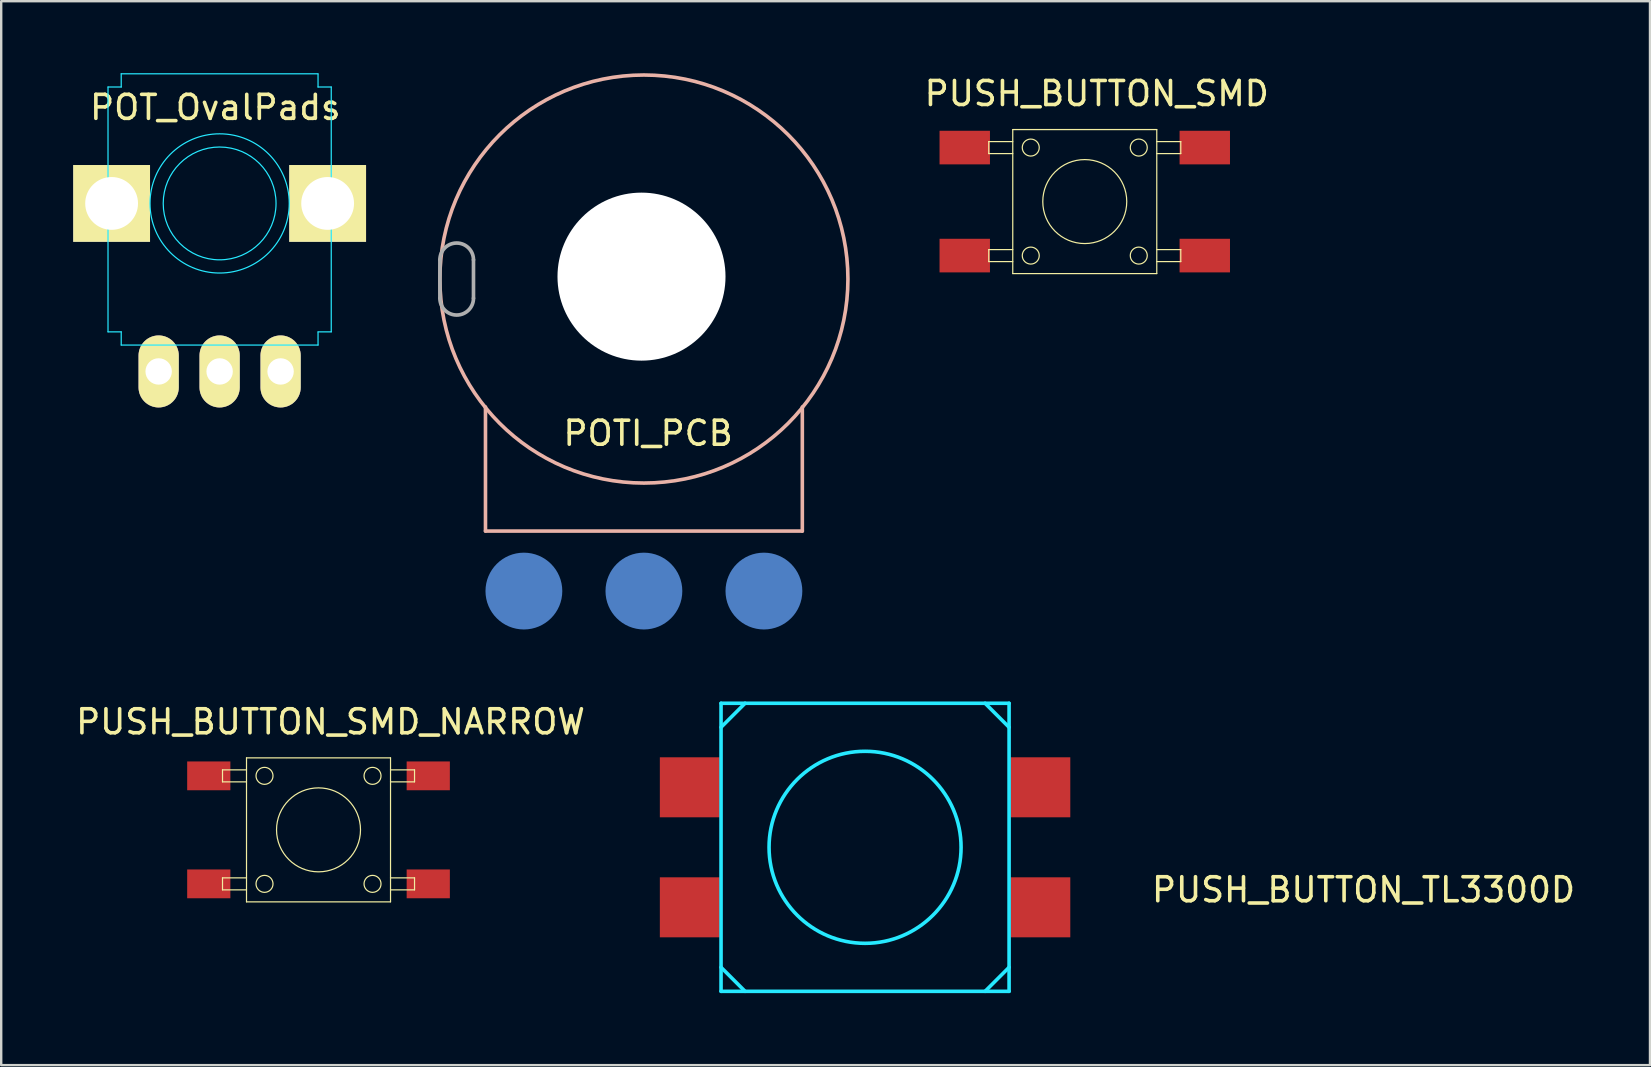
<source format=kicad_pcb>
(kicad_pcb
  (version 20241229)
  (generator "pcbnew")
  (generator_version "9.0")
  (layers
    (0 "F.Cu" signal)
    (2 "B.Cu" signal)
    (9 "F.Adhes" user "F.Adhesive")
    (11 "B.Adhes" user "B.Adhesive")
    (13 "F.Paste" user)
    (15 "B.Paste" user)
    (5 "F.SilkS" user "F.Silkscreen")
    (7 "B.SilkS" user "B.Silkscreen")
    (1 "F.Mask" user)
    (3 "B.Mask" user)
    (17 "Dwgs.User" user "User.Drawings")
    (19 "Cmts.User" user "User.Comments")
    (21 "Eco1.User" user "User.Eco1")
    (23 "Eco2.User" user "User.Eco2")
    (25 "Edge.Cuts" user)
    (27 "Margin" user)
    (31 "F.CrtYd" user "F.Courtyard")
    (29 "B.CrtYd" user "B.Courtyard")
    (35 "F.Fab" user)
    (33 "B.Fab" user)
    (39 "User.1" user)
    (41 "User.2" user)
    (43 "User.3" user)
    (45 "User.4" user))
  (footprint "POTI_PCB"
    (layer "F.Cu")
    (at 23.776 8.575)
    (property "Reference" "POTI_PCB" (at 0.176 6.426 0) (layer "F.SilkS") (effects (font (size 1 1) (thickness 0.15))))
    (attr through_hole)
    (fp_line (start -6.6 5.33) (end -6.6 10.5) (stroke (width 0.15) (type solid)) (layer "B.SilkS"))
    (fp_line (start -6.6 10.5) (end 6.6 10.5) (stroke (width 0.15) (type solid)) (layer "B.SilkS"))
    (fp_line (start 6.6 10.5) (end 6.6 5.33) (stroke (width 0.15) (type solid)) (layer "B.SilkS"))
    (fp_circle (center 0 0) (end 8.5 0) (stroke (width 0.15) (type solid)) (fill no) (layer "B.SilkS"))
    (fp_line (start -8.5 -0.8) (end -8.5 0.8) (stroke (width 0.152) (type solid)) (layer "F.Fab"))
    (fp_line (start -7.1 -0.8) (end -7.1 0.8) (stroke (width 0.152) (type solid)) (layer "F.Fab"))
    (fp_arc (start -8.5 -0.8) (mid -7.8 -1.5) (end -7.1 -0.8) (stroke (width 0.1524) (type solid)) (layer "F.Fab"))
    (fp_arc (start -7.1 0.8) (mid -7.8 1.5) (end -8.5 0.8) (stroke (width 0.1524) (type solid)) (layer "F.Fab"))
    (pad "" np_thru_hole circle (at -0.1 -0.1) (size 7 7) (drill 7) (layers "*.Cu" "*.Mask"))
    (pad "1" smd circle (at -5 13) (size 3.2 3.2) (layers "B.Cu" "B.Mask" "B.Paste"))
    (pad "2" smd circle (at 0 13) (size 3.2 3.2) (layers "B.Cu" "B.Mask" "B.Paste"))
    (pad "3" smd circle (at 5 13) (size 3.2 3.2) (layers "B.Cu" "B.Mask" "B.Paste")))
  (footprint "POT_OvalPads"
    (layer "F.Cu")
    (at 6.1 5.425)
    (property "Reference" "POT_OvalPads" (at -0.18 -4 0) (layer "F.SilkS") (effects (font (size 1 1) (thickness 0.15))))
    (attr through_hole)
    (fp_line (start -4.65 -4.85) (end -4.65 5.35) (stroke (width 0.05) (type solid)) (layer "B.CrtYd"))
    (fp_line (start -4.65 -4.85) (end -4.1 -4.85) (stroke (width 0.05) (type solid)) (layer "B.CrtYd"))
    (fp_line (start -4.1 -4.85) (end -4.1 -5.4) (stroke (width 0.05) (type solid)) (layer "B.CrtYd"))
    (fp_line (start -4.1 5.35) (end -4.65 5.35) (stroke (width 0.05) (type solid)) (layer "B.CrtYd"))
    (fp_line (start -4.1 5.9) (end -4.1 5.35) (stroke (width 0.05) (type solid)) (layer "B.CrtYd"))
    (fp_line (start -4.1 5.9) (end 4.1 5.9) (stroke (width 0.05) (type solid)) (layer "B.CrtYd"))
    (fp_line (start 4.1 -5.4) (end -4.1 -5.4) (stroke (width 0.05) (type solid)) (layer "B.CrtYd"))
    (fp_line (start 4.1 -5.39) (end 4.1 -4.85) (stroke (width 0.05) (type solid)) (layer "B.CrtYd"))
    (fp_line (start 4.1 -4.85) (end 4.65 -4.85) (stroke (width 0.05) (type solid)) (layer "B.CrtYd"))
    (fp_line (start 4.1 5.35) (end 4.65 5.35) (stroke (width 0.05) (type solid)) (layer "B.CrtYd"))
    (fp_line (start 4.1 5.9) (end 4.1 5.36) (stroke (width 0.05) (type solid)) (layer "B.CrtYd"))
    (fp_line (start 4.65 -4.85) (end 4.65 5.35) (stroke (width 0.05) (type solid)) (layer "B.CrtYd"))
    (fp_circle (center 0 0) (end 2.35 0) (stroke (width 0.05) (type solid)) (fill no) (layer "B.CrtYd"))
    (fp_circle (center 0 0) (end 2.9 0) (stroke (width 0.05) (type solid)) (fill no) (layer "B.CrtYd"))
    (pad "0" thru_hole rect (at -4.5 0) (size 3.2 3.2) (drill 2.2) (layers "*.Cu" "*.Mask" "F.SilkS"))
    (pad "0" thru_hole rect (at 4.5 0) (size 3.2 3.2) (drill 2.2) (layers "*.Cu" "*.Mask" "F.SilkS"))
    (pad "1" thru_hole oval (at -2.54 7) (size 1.676 3) (drill 1.1) (layers "*.Cu" "*.Mask" "F.SilkS"))
    (pad "2" thru_hole oval (at 0 7) (size 1.676 3) (drill 1.1) (layers "*.Cu" "*.Mask" "F.SilkS"))
    (pad "3" thru_hole oval (at 2.54 7) (size 1.676 3) (drill 1.1) (layers "*.Cu" "*.Mask" "F.SilkS")))
  (footprint "PUSH_BUTTON_SMD_NARROW"
    (layer "F.Cu")
    (at 10.22 31.523)
    (property "Reference" "PUSH_BUTTON_SMD_NARROW" (at 0.5 -4.5 0) (layer "F.SilkS") (effects (font (size 1 1) (thickness 0.15))))
    (attr through_hole)
    (fp_line (start -4 -2.5) (end -4 -2) (stroke (width 0.05) (type solid)) (layer "F.SilkS"))
    (fp_line (start -4 -2) (end -3 -2) (stroke (width 0.05) (type solid)) (layer "F.SilkS"))
    (fp_line (start -4 2) (end -4 2.5) (stroke (width 0.05) (type solid)) (layer "F.SilkS"))
    (fp_line (start -4 2.5) (end -3 2.5) (stroke (width 0.05) (type solid)) (layer "F.SilkS"))
    (fp_line (start -3 -3) (end 3 -3) (stroke (width 0.05) (type solid)) (layer "F.SilkS"))
    (fp_line (start -3 -2.5) (end -4 -2.5) (stroke (width 0.05) (type solid)) (layer "F.SilkS"))
    (fp_line (start -3 2) (end -4 2) (stroke (width 0.05) (type solid)) (layer "F.SilkS"))
    (fp_line (start -3 3) (end -3 -3) (stroke (width 0.05) (type solid)) (layer "F.SilkS"))
    (fp_line (start 3 -3) (end 3 3) (stroke (width 0.05) (type solid)) (layer "F.SilkS"))
    (fp_line (start 3 -2.5) (end 4 -2.5) (stroke (width 0.05) (type solid)) (layer "F.SilkS"))
    (fp_line (start 3 -2) (end 4 -2) (stroke (width 0.05) (type solid)) (layer "F.SilkS"))
    (fp_line (start 3 2.5) (end 4 2.5) (stroke (width 0.05) (type solid)) (layer "F.SilkS"))
    (fp_line (start 3 3) (end -3 3) (stroke (width 0.05) (type solid)) (layer "F.SilkS"))
    (fp_line (start 4 -2.5) (end 4 -2) (stroke (width 0.05) (type solid)) (layer "F.SilkS"))
    (fp_line (start 4 2) (end 3 2) (stroke (width 0.05) (type solid)) (layer "F.SilkS"))
    (fp_line (start 4 2.5) (end 4 2) (stroke (width 0.05) (type solid)) (layer "F.SilkS"))
    (fp_circle (center -2.25 -2.25) (end -2 -2) (stroke (width 0.05) (type solid)) (fill no) (layer "F.SilkS"))
    (fp_circle (center -2.25 2.25) (end -2 2) (stroke (width 0.05) (type solid)) (fill no) (layer "F.SilkS"))
    (fp_circle (center 0 0) (end 1.749 0) (stroke (width 0.05) (type solid)) (fill no) (layer "F.SilkS"))
    (fp_circle (center 2.25 -2.25) (end 2.5 -2) (stroke (width 0.05) (type solid)) (fill no) (layer "F.SilkS"))
    (fp_circle (center 2.25 2.25) (end 2.5 2) (stroke (width 0.05) (type solid)) (fill no) (layer "F.SilkS"))
    (pad "1" smd rect (at -4.572 -2.25) (size 1.8 1.2) (layers "F.Cu" "F.Mask" "F.Paste"))
    (pad "2" smd rect (at -4.572 2.25) (size 1.8 1.2) (layers "F.Cu" "F.Mask" "F.Paste"))
    (pad "3" smd rect (at 4.572 -2.25) (size 1.8 1.2) (layers "F.Cu" "F.Mask" "F.Paste"))
    (pad "4" smd rect (at 4.572 2.25) (size 1.8 1.2) (layers "F.Cu" "F.Mask" "F.Paste")))
  (footprint "PUSH_BUTTON_SMD"
    (layer "F.Cu")
    (at 42.143 5.348)
    (property "Reference" "PUSH_BUTTON_SMD" (at 0.5 -4.5 0) (layer "F.SilkS") (effects (font (size 1 1) (thickness 0.15))))
    (attr through_hole)
    (fp_line (start -4 -2.5) (end -4 -2) (stroke (width 0.05) (type solid)) (layer "F.SilkS"))
    (fp_line (start -4 -2) (end -3 -2) (stroke (width 0.05) (type solid)) (layer "F.SilkS"))
    (fp_line (start -4 2) (end -4 2.5) (stroke (width 0.05) (type solid)) (layer "F.SilkS"))
    (fp_line (start -4 2.5) (end -3 2.5) (stroke (width 0.05) (type solid)) (layer "F.SilkS"))
    (fp_line (start -3 -3) (end 3 -3) (stroke (width 0.05) (type solid)) (layer "F.SilkS"))
    (fp_line (start -3 -2.5) (end -4 -2.5) (stroke (width 0.05) (type solid)) (layer "F.SilkS"))
    (fp_line (start -3 2) (end -4 2) (stroke (width 0.05) (type solid)) (layer "F.SilkS"))
    (fp_line (start -3 3) (end -3 -3) (stroke (width 0.05) (type solid)) (layer "F.SilkS"))
    (fp_line (start 3 -3) (end 3 3) (stroke (width 0.05) (type solid)) (layer "F.SilkS"))
    (fp_line (start 3 -2.5) (end 4 -2.5) (stroke (width 0.05) (type solid)) (layer "F.SilkS"))
    (fp_line (start 3 -2) (end 4 -2) (stroke (width 0.05) (type solid)) (layer "F.SilkS"))
    (fp_line (start 3 2.5) (end 4 2.5) (stroke (width 0.05) (type solid)) (layer "F.SilkS"))
    (fp_line (start 3 3) (end -3 3) (stroke (width 0.05) (type solid)) (layer "F.SilkS"))
    (fp_line (start 4 -2.5) (end 4 -2) (stroke (width 0.05) (type solid)) (layer "F.SilkS"))
    (fp_line (start 4 2) (end 3 2) (stroke (width 0.05) (type solid)) (layer "F.SilkS"))
    (fp_line (start 4 2.5) (end 4 2) (stroke (width 0.05) (type solid)) (layer "F.SilkS"))
    (fp_circle (center -2.25 -2.25) (end -2 -2) (stroke (width 0.05) (type solid)) (fill no) (layer "F.SilkS"))
    (fp_circle (center -2.25 2.25) (end -2 2) (stroke (width 0.05) (type solid)) (fill no) (layer "F.SilkS"))
    (fp_circle (center 0 0) (end 1.749 0) (stroke (width 0.05) (type solid)) (fill no) (layer "F.SilkS"))
    (fp_circle (center 2.25 -2.25) (end 2.5 -2) (stroke (width 0.05) (type solid)) (fill no) (layer "F.SilkS"))
    (fp_circle (center 2.25 2.25) (end 2.5 2) (stroke (width 0.05) (type solid)) (fill no) (layer "F.SilkS"))
    (pad "1" smd rect (at -5 -2.25) (size 2.1 1.4) (layers "F.Cu" "F.Mask" "F.Paste"))
    (pad "2" smd rect (at 5 -2.25) (size 2.1 1.4) (layers "F.Cu" "F.Mask" "F.Paste"))
    (pad "3" smd rect (at -5 2.25) (size 2.1 1.4) (layers "F.Cu" "F.Mask" "F.Paste"))
    (pad "4" smd rect (at 5 2.25) (size 2.1 1.4) (layers "F.Cu" "F.Mask" "F.Paste")))
  (footprint "PUSH_BUTTON_TL3300D"
    (layer "F.Cu")
    (at 32.99 32.25)
    (property "Reference" "PUSH_BUTTON_TL3300D" (at 20.766 1.77 0) (layer "F.SilkS") (effects (font (size 1 1) (thickness 0.15))))
    (attr through_hole)
    (fp_line (start -6 -6) (end 6 -6) (stroke (width 0.15) (type solid)) (layer "B.CrtYd"))
    (fp_line (start -6 5) (end -5 6) (stroke (width 0.15) (type solid)) (layer "B.CrtYd"))
    (fp_line (start -6 6) (end -6 -6) (stroke (width 0.15) (type solid)) (layer "B.CrtYd"))
    (fp_line (start -5 -6) (end -6 -5) (stroke (width 0.15) (type solid)) (layer "B.CrtYd"))
    (fp_line (start 5 6) (end 6 5) (stroke (width 0.15) (type solid)) (layer "B.CrtYd"))
    (fp_line (start 6 -6) (end 6 6) (stroke (width 0.15) (type solid)) (layer "B.CrtYd"))
    (fp_line (start 6 -5) (end 5 -6) (stroke (width 0.15) (type solid)) (layer "B.CrtYd"))
    (fp_line (start 6 6) (end -6 6) (stroke (width 0.15) (type solid)) (layer "B.CrtYd"))
    (fp_circle (center 0 0) (end 4 0) (stroke (width 0.15) (type solid)) (fill no) (layer "B.CrtYd"))
    (pad "1" smd rect (at -7.3 -2.5) (size 2.5 2.5) (layers "F.Cu" "F.Mask" "F.Paste"))
    (pad "1" smd rect (at 7.3 -2.5) (size 2.5 2.5) (layers "F.Cu" "F.Mask" "F.Paste"))
    (pad "2" smd rect (at -7.3 2.5) (size 2.5 2.5) (layers "F.Cu" "F.Mask" "F.Paste"))
    (pad "2" smd rect (at 7.3 2.5) (size 2.5 2.5) (layers "F.Cu" "F.Mask" "F.Paste")))
  (gr_rect
    (start -3 -3)
    (end 65.691 41.325)
    (stroke (width 0.1) (type default))
    (fill no)
    (layer "Edge.Cuts")))
</source>
